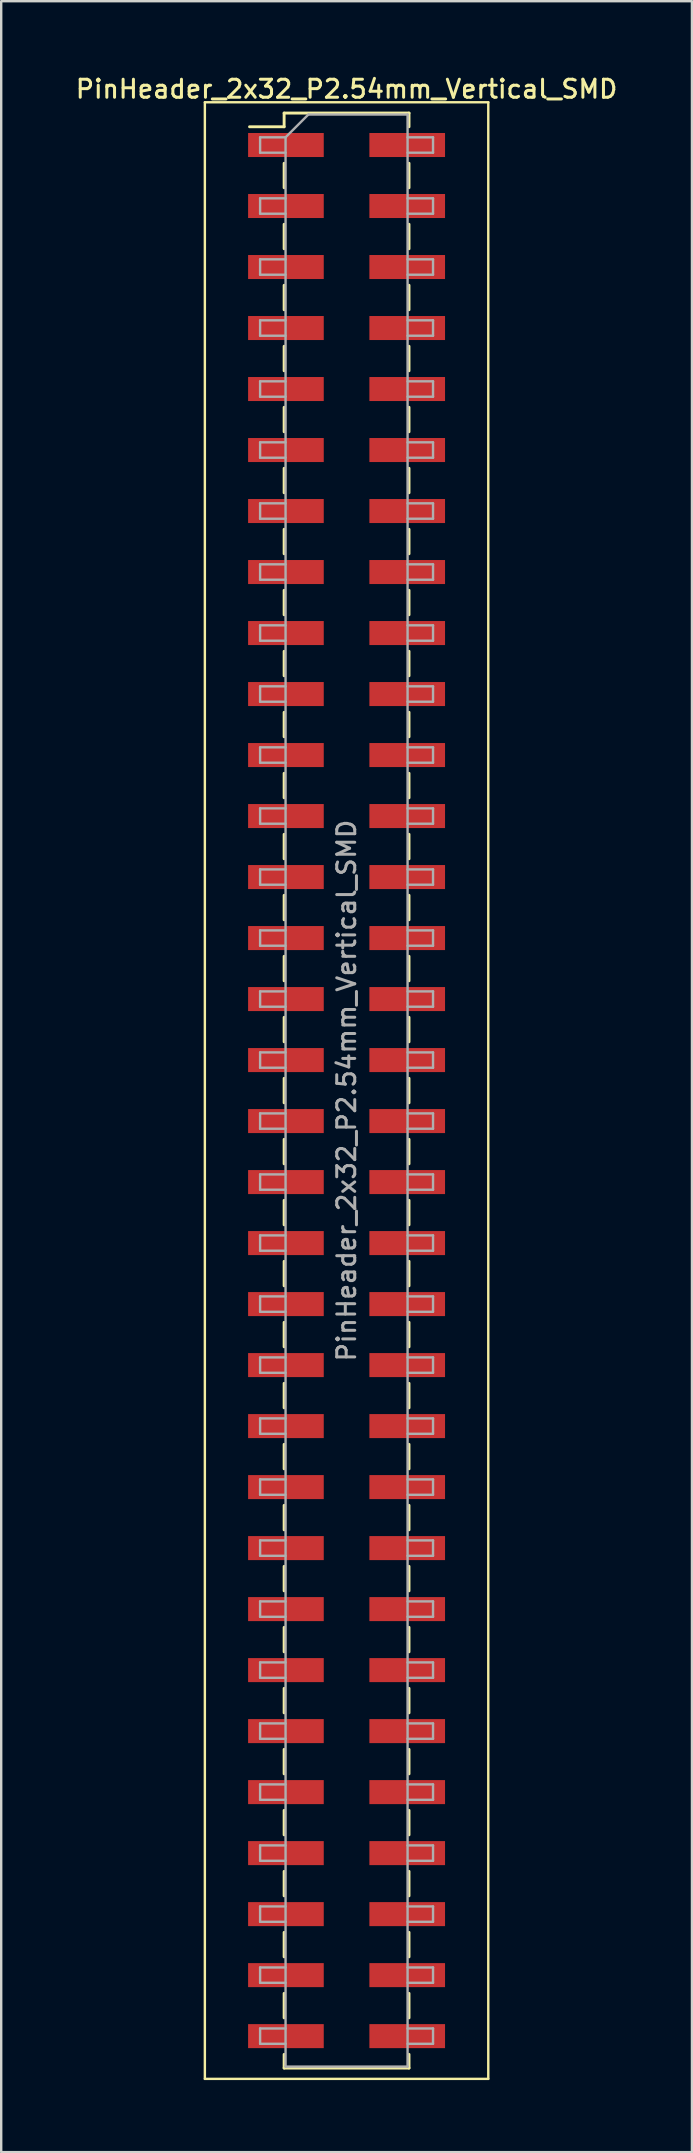
<source format=kicad_pcb>
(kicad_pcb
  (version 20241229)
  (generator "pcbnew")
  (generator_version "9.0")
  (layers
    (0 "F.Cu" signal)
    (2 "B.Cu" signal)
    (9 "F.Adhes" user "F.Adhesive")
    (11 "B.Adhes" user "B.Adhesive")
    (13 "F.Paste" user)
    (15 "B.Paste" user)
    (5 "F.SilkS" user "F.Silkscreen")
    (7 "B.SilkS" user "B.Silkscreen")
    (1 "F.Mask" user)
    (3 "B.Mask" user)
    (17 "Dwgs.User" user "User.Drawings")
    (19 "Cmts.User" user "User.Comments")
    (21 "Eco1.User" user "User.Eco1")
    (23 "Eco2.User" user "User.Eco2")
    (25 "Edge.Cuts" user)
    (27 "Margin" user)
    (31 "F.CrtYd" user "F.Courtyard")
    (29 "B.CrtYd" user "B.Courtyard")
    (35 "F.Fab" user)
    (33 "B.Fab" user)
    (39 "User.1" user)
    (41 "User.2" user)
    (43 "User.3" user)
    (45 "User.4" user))
  (footprint "PinHeader_2x32_P2.54mm_Vertical_SMD"
    (layer "F.Cu")
    (at 11.38 42.358)
    (property "Reference" "PinHeader_2x32_P2.54mm_Vertical_SMD" (at 0 -41.7 0) (layer "F.SilkS") (effects (font (size 0.75 0.75) (thickness 0.125))))
    (attr smd)
    (fp_line (start -5.9 -41.15) (end -5.9 41.15) (stroke (width 0.1) (type solid)) (layer "F.SilkS"))
    (fp_line (start -5.9 41.15) (end 5.9 41.15) (stroke (width 0.1) (type solid)) (layer "F.SilkS"))
    (fp_line (start -4.04 -40.13) (end -2.6 -40.13) (stroke (width 0.12) (type solid)) (layer "F.SilkS"))
    (fp_line (start -2.6 -40.7) (end -2.6 -40.13) (stroke (width 0.12) (type solid)) (layer "F.SilkS"))
    (fp_line (start -2.6 -40.7) (end 2.6 -40.7) (stroke (width 0.12) (type solid)) (layer "F.SilkS"))
    (fp_line (start -2.6 -38.61) (end -2.6 -37.59) (stroke (width 0.12) (type solid)) (layer "F.SilkS"))
    (fp_line (start -2.6 -36.07) (end -2.6 -35.05) (stroke (width 0.12) (type solid)) (layer "F.SilkS"))
    (fp_line (start -2.6 -33.53) (end -2.6 -32.51) (stroke (width 0.12) (type solid)) (layer "F.SilkS"))
    (fp_line (start -2.6 -30.99) (end -2.6 -29.97) (stroke (width 0.12) (type solid)) (layer "F.SilkS"))
    (fp_line (start -2.6 -28.45) (end -2.6 -27.43) (stroke (width 0.12) (type solid)) (layer "F.SilkS"))
    (fp_line (start -2.6 -25.91) (end -2.6 -24.89) (stroke (width 0.12) (type solid)) (layer "F.SilkS"))
    (fp_line (start -2.6 -23.37) (end -2.6 -22.35) (stroke (width 0.12) (type solid)) (layer "F.SilkS"))
    (fp_line (start -2.6 -20.83) (end -2.6 -19.81) (stroke (width 0.12) (type solid)) (layer "F.SilkS"))
    (fp_line (start -2.6 -18.29) (end -2.6 -17.27) (stroke (width 0.12) (type solid)) (layer "F.SilkS"))
    (fp_line (start -2.6 -15.75) (end -2.6 -14.73) (stroke (width 0.12) (type solid)) (layer "F.SilkS"))
    (fp_line (start -2.6 -13.21) (end -2.6 -12.19) (stroke (width 0.12) (type solid)) (layer "F.SilkS"))
    (fp_line (start -2.6 -10.67) (end -2.6 -9.65) (stroke (width 0.12) (type solid)) (layer "F.SilkS"))
    (fp_line (start -2.6 -8.13) (end -2.6 -7.11) (stroke (width 0.12) (type solid)) (layer "F.SilkS"))
    (fp_line (start -2.6 -5.59) (end -2.6 -4.57) (stroke (width 0.12) (type solid)) (layer "F.SilkS"))
    (fp_line (start -2.6 -3.05) (end -2.6 -2.03) (stroke (width 0.12) (type solid)) (layer "F.SilkS"))
    (fp_line (start -2.6 -0.51) (end -2.6 0.51) (stroke (width 0.12) (type solid)) (layer "F.SilkS"))
    (fp_line (start -2.6 2.03) (end -2.6 3.05) (stroke (width 0.12) (type solid)) (layer "F.SilkS"))
    (fp_line (start -2.6 4.57) (end -2.6 5.59) (stroke (width 0.12) (type solid)) (layer "F.SilkS"))
    (fp_line (start -2.6 7.11) (end -2.6 8.13) (stroke (width 0.12) (type solid)) (layer "F.SilkS"))
    (fp_line (start -2.6 9.65) (end -2.6 10.67) (stroke (width 0.12) (type solid)) (layer "F.SilkS"))
    (fp_line (start -2.6 12.19) (end -2.6 13.21) (stroke (width 0.12) (type solid)) (layer "F.SilkS"))
    (fp_line (start -2.6 14.73) (end -2.6 15.75) (stroke (width 0.12) (type solid)) (layer "F.SilkS"))
    (fp_line (start -2.6 17.27) (end -2.6 18.29) (stroke (width 0.12) (type solid)) (layer "F.SilkS"))
    (fp_line (start -2.6 19.81) (end -2.6 20.83) (stroke (width 0.12) (type solid)) (layer "F.SilkS"))
    (fp_line (start -2.6 22.35) (end -2.6 23.37) (stroke (width 0.12) (type solid)) (layer "F.SilkS"))
    (fp_line (start -2.6 24.89) (end -2.6 25.91) (stroke (width 0.12) (type solid)) (layer "F.SilkS"))
    (fp_line (start -2.6 27.43) (end -2.6 28.45) (stroke (width 0.12) (type solid)) (layer "F.SilkS"))
    (fp_line (start -2.6 29.97) (end -2.6 30.99) (stroke (width 0.12) (type solid)) (layer "F.SilkS"))
    (fp_line (start -2.6 32.51) (end -2.6 33.53) (stroke (width 0.12) (type solid)) (layer "F.SilkS"))
    (fp_line (start -2.6 35.05) (end -2.6 36.07) (stroke (width 0.12) (type solid)) (layer "F.SilkS"))
    (fp_line (start -2.6 37.59) (end -2.6 38.61) (stroke (width 0.12) (type solid)) (layer "F.SilkS"))
    (fp_line (start -2.6 40.13) (end -2.6 40.7) (stroke (width 0.12) (type solid)) (layer "F.SilkS"))
    (fp_line (start -2.6 40.7) (end 2.6 40.7) (stroke (width 0.12) (type solid)) (layer "F.SilkS"))
    (fp_line (start 2.6 -40.7) (end 2.6 -40.13) (stroke (width 0.12) (type solid)) (layer "F.SilkS"))
    (fp_line (start 2.6 -38.61) (end 2.6 -37.59) (stroke (width 0.12) (type solid)) (layer "F.SilkS"))
    (fp_line (start 2.6 -36.07) (end 2.6 -35.05) (stroke (width 0.12) (type solid)) (layer "F.SilkS"))
    (fp_line (start 2.6 -33.53) (end 2.6 -32.51) (stroke (width 0.12) (type solid)) (layer "F.SilkS"))
    (fp_line (start 2.6 -30.99) (end 2.6 -29.97) (stroke (width 0.12) (type solid)) (layer "F.SilkS"))
    (fp_line (start 2.6 -28.45) (end 2.6 -27.43) (stroke (width 0.12) (type solid)) (layer "F.SilkS"))
    (fp_line (start 2.6 -25.91) (end 2.6 -24.89) (stroke (width 0.12) (type solid)) (layer "F.SilkS"))
    (fp_line (start 2.6 -23.37) (end 2.6 -22.35) (stroke (width 0.12) (type solid)) (layer "F.SilkS"))
    (fp_line (start 2.6 -20.83) (end 2.6 -19.81) (stroke (width 0.12) (type solid)) (layer "F.SilkS"))
    (fp_line (start 2.6 -18.29) (end 2.6 -17.27) (stroke (width 0.12) (type solid)) (layer "F.SilkS"))
    (fp_line (start 2.6 -15.75) (end 2.6 -14.73) (stroke (width 0.12) (type solid)) (layer "F.SilkS"))
    (fp_line (start 2.6 -13.21) (end 2.6 -12.19) (stroke (width 0.12) (type solid)) (layer "F.SilkS"))
    (fp_line (start 2.6 -10.67) (end 2.6 -9.65) (stroke (width 0.12) (type solid)) (layer "F.SilkS"))
    (fp_line (start 2.6 -8.13) (end 2.6 -7.11) (stroke (width 0.12) (type solid)) (layer "F.SilkS"))
    (fp_line (start 2.6 -5.59) (end 2.6 -4.57) (stroke (width 0.12) (type solid)) (layer "F.SilkS"))
    (fp_line (start 2.6 -3.05) (end 2.6 -2.03) (stroke (width 0.12) (type solid)) (layer "F.SilkS"))
    (fp_line (start 2.6 -0.51) (end 2.6 0.51) (stroke (width 0.12) (type solid)) (layer "F.SilkS"))
    (fp_line (start 2.6 2.03) (end 2.6 3.05) (stroke (width 0.12) (type solid)) (layer "F.SilkS"))
    (fp_line (start 2.6 4.57) (end 2.6 5.59) (stroke (width 0.12) (type solid)) (layer "F.SilkS"))
    (fp_line (start 2.6 7.11) (end 2.6 8.13) (stroke (width 0.12) (type solid)) (layer "F.SilkS"))
    (fp_line (start 2.6 9.65) (end 2.6 10.67) (stroke (width 0.12) (type solid)) (layer "F.SilkS"))
    (fp_line (start 2.6 12.19) (end 2.6 13.21) (stroke (width 0.12) (type solid)) (layer "F.SilkS"))
    (fp_line (start 2.6 14.73) (end 2.6 15.75) (stroke (width 0.12) (type solid)) (layer "F.SilkS"))
    (fp_line (start 2.6 17.27) (end 2.6 18.29) (stroke (width 0.12) (type solid)) (layer "F.SilkS"))
    (fp_line (start 2.6 19.81) (end 2.6 20.83) (stroke (width 0.12) (type solid)) (layer "F.SilkS"))
    (fp_line (start 2.6 22.35) (end 2.6 23.37) (stroke (width 0.12) (type solid)) (layer "F.SilkS"))
    (fp_line (start 2.6 24.89) (end 2.6 25.91) (stroke (width 0.12) (type solid)) (layer "F.SilkS"))
    (fp_line (start 2.6 27.43) (end 2.6 28.45) (stroke (width 0.12) (type solid)) (layer "F.SilkS"))
    (fp_line (start 2.6 29.97) (end 2.6 30.99) (stroke (width 0.12) (type solid)) (layer "F.SilkS"))
    (fp_line (start 2.6 32.51) (end 2.6 33.53) (stroke (width 0.12) (type solid)) (layer "F.SilkS"))
    (fp_line (start 2.6 35.05) (end 2.6 36.07) (stroke (width 0.12) (type solid)) (layer "F.SilkS"))
    (fp_line (start 2.6 37.59) (end 2.6 38.61) (stroke (width 0.12) (type solid)) (layer "F.SilkS"))
    (fp_line (start 2.6 40.13) (end 2.6 40.7) (stroke (width 0.12) (type solid)) (layer "F.SilkS"))
    (fp_line (start 5.9 -41.15) (end -5.9 -41.15) (stroke (width 0.1) (type solid)) (layer "F.SilkS"))
    (fp_line (start 5.9 41.15) (end 5.9 -41.15) (stroke (width 0.1) (type solid)) (layer "F.SilkS"))
    (fp_line (start -3.6 -39.69) (end -3.6 -39.05) (stroke (width 0.1) (type solid)) (layer "F.Fab"))
    (fp_line (start -3.6 -39.05) (end -2.54 -39.05) (stroke (width 0.1) (type solid)) (layer "F.Fab"))
    (fp_line (start -3.6 -37.15) (end -3.6 -36.51) (stroke (width 0.1) (type solid)) (layer "F.Fab"))
    (fp_line (start -3.6 -36.51) (end -2.54 -36.51) (stroke (width 0.1) (type solid)) (layer "F.Fab"))
    (fp_line (start -3.6 -34.61) (end -3.6 -33.97) (stroke (width 0.1) (type solid)) (layer "F.Fab"))
    (fp_line (start -3.6 -33.97) (end -2.54 -33.97) (stroke (width 0.1) (type solid)) (layer "F.Fab"))
    (fp_line (start -3.6 -32.07) (end -3.6 -31.43) (stroke (width 0.1) (type solid)) (layer "F.Fab"))
    (fp_line (start -3.6 -31.43) (end -2.54 -31.43) (stroke (width 0.1) (type solid)) (layer "F.Fab"))
    (fp_line (start -3.6 -29.53) (end -3.6 -28.89) (stroke (width 0.1) (type solid)) (layer "F.Fab"))
    (fp_line (start -3.6 -28.89) (end -2.54 -28.89) (stroke (width 0.1) (type solid)) (layer "F.Fab"))
    (fp_line (start -3.6 -26.99) (end -3.6 -26.35) (stroke (width 0.1) (type solid)) (layer "F.Fab"))
    (fp_line (start -3.6 -26.35) (end -2.54 -26.35) (stroke (width 0.1) (type solid)) (layer "F.Fab"))
    (fp_line (start -3.6 -24.45) (end -3.6 -23.81) (stroke (width 0.1) (type solid)) (layer "F.Fab"))
    (fp_line (start -3.6 -23.81) (end -2.54 -23.81) (stroke (width 0.1) (type solid)) (layer "F.Fab"))
    (fp_line (start -3.6 -21.91) (end -3.6 -21.27) (stroke (width 0.1) (type solid)) (layer "F.Fab"))
    (fp_line (start -3.6 -21.27) (end -2.54 -21.27) (stroke (width 0.1) (type solid)) (layer "F.Fab"))
    (fp_line (start -3.6 -19.37) (end -3.6 -18.73) (stroke (width 0.1) (type solid)) (layer "F.Fab"))
    (fp_line (start -3.6 -18.73) (end -2.54 -18.73) (stroke (width 0.1) (type solid)) (layer "F.Fab"))
    (fp_line (start -3.6 -16.83) (end -3.6 -16.19) (stroke (width 0.1) (type solid)) (layer "F.Fab"))
    (fp_line (start -3.6 -16.19) (end -2.54 -16.19) (stroke (width 0.1) (type solid)) (layer "F.Fab"))
    (fp_line (start -3.6 -14.29) (end -3.6 -13.65) (stroke (width 0.1) (type solid)) (layer "F.Fab"))
    (fp_line (start -3.6 -13.65) (end -2.54 -13.65) (stroke (width 0.1) (type solid)) (layer "F.Fab"))
    (fp_line (start -3.6 -11.75) (end -3.6 -11.11) (stroke (width 0.1) (type solid)) (layer "F.Fab"))
    (fp_line (start -3.6 -11.11) (end -2.54 -11.11) (stroke (width 0.1) (type solid)) (layer "F.Fab"))
    (fp_line (start -3.6 -9.21) (end -3.6 -8.57) (stroke (width 0.1) (type solid)) (layer "F.Fab"))
    (fp_line (start -3.6 -8.57) (end -2.54 -8.57) (stroke (width 0.1) (type solid)) (layer "F.Fab"))
    (fp_line (start -3.6 -6.67) (end -3.6 -6.03) (stroke (width 0.1) (type solid)) (layer "F.Fab"))
    (fp_line (start -3.6 -6.03) (end -2.54 -6.03) (stroke (width 0.1) (type solid)) (layer "F.Fab"))
    (fp_line (start -3.6 -4.13) (end -3.6 -3.49) (stroke (width 0.1) (type solid)) (layer "F.Fab"))
    (fp_line (start -3.6 -3.49) (end -2.54 -3.49) (stroke (width 0.1) (type solid)) (layer "F.Fab"))
    (fp_line (start -3.6 -1.59) (end -3.6 -0.95) (stroke (width 0.1) (type solid)) (layer "F.Fab"))
    (fp_line (start -3.6 -0.95) (end -2.54 -0.95) (stroke (width 0.1) (type solid)) (layer "F.Fab"))
    (fp_line (start -3.6 0.95) (end -3.6 1.59) (stroke (width 0.1) (type solid)) (layer "F.Fab"))
    (fp_line (start -3.6 1.59) (end -2.54 1.59) (stroke (width 0.1) (type solid)) (layer "F.Fab"))
    (fp_line (start -3.6 3.49) (end -3.6 4.13) (stroke (width 0.1) (type solid)) (layer "F.Fab"))
    (fp_line (start -3.6 4.13) (end -2.54 4.13) (stroke (width 0.1) (type solid)) (layer "F.Fab"))
    (fp_line (start -3.6 6.03) (end -3.6 6.67) (stroke (width 0.1) (type solid)) (layer "F.Fab"))
    (fp_line (start -3.6 6.67) (end -2.54 6.67) (stroke (width 0.1) (type solid)) (layer "F.Fab"))
    (fp_line (start -3.6 8.57) (end -3.6 9.21) (stroke (width 0.1) (type solid)) (layer "F.Fab"))
    (fp_line (start -3.6 9.21) (end -2.54 9.21) (stroke (width 0.1) (type solid)) (layer "F.Fab"))
    (fp_line (start -3.6 11.11) (end -3.6 11.75) (stroke (width 0.1) (type solid)) (layer "F.Fab"))
    (fp_line (start -3.6 11.75) (end -2.54 11.75) (stroke (width 0.1) (type solid)) (layer "F.Fab"))
    (fp_line (start -3.6 13.65) (end -3.6 14.29) (stroke (width 0.1) (type solid)) (layer "F.Fab"))
    (fp_line (start -3.6 14.29) (end -2.54 14.29) (stroke (width 0.1) (type solid)) (layer "F.Fab"))
    (fp_line (start -3.6 16.19) (end -3.6 16.83) (stroke (width 0.1) (type solid)) (layer "F.Fab"))
    (fp_line (start -3.6 16.83) (end -2.54 16.83) (stroke (width 0.1) (type solid)) (layer "F.Fab"))
    (fp_line (start -3.6 18.73) (end -3.6 19.37) (stroke (width 0.1) (type solid)) (layer "F.Fab"))
    (fp_line (start -3.6 19.37) (end -2.54 19.37) (stroke (width 0.1) (type solid)) (layer "F.Fab"))
    (fp_line (start -3.6 21.27) (end -3.6 21.91) (stroke (width 0.1) (type solid)) (layer "F.Fab"))
    (fp_line (start -3.6 21.91) (end -2.54 21.91) (stroke (width 0.1) (type solid)) (layer "F.Fab"))
    (fp_line (start -3.6 23.81) (end -3.6 24.45) (stroke (width 0.1) (type solid)) (layer "F.Fab"))
    (fp_line (start -3.6 24.45) (end -2.54 24.45) (stroke (width 0.1) (type solid)) (layer "F.Fab"))
    (fp_line (start -3.6 26.35) (end -3.6 26.99) (stroke (width 0.1) (type solid)) (layer "F.Fab"))
    (fp_line (start -3.6 26.99) (end -2.54 26.99) (stroke (width 0.1) (type solid)) (layer "F.Fab"))
    (fp_line (start -3.6 28.89) (end -3.6 29.53) (stroke (width 0.1) (type solid)) (layer "F.Fab"))
    (fp_line (start -3.6 29.53) (end -2.54 29.53) (stroke (width 0.1) (type solid)) (layer "F.Fab"))
    (fp_line (start -3.6 31.43) (end -3.6 32.07) (stroke (width 0.1) (type solid)) (layer "F.Fab"))
    (fp_line (start -3.6 32.07) (end -2.54 32.07) (stroke (width 0.1) (type solid)) (layer "F.Fab"))
    (fp_line (start -3.6 33.97) (end -3.6 34.61) (stroke (width 0.1) (type solid)) (layer "F.Fab"))
    (fp_line (start -3.6 34.61) (end -2.54 34.61) (stroke (width 0.1) (type solid)) (layer "F.Fab"))
    (fp_line (start -3.6 36.51) (end -3.6 37.15) (stroke (width 0.1) (type solid)) (layer "F.Fab"))
    (fp_line (start -3.6 37.15) (end -2.54 37.15) (stroke (width 0.1) (type solid)) (layer "F.Fab"))
    (fp_line (start -3.6 39.05) (end -3.6 39.69) (stroke (width 0.1) (type solid)) (layer "F.Fab"))
    (fp_line (start -3.6 39.69) (end -2.54 39.69) (stroke (width 0.1) (type solid)) (layer "F.Fab"))
    (fp_line (start -2.54 -39.69) (end -3.6 -39.69) (stroke (width 0.1) (type solid)) (layer "F.Fab"))
    (fp_line (start -2.54 -39.69) (end -1.59 -40.64) (stroke (width 0.1) (type solid)) (layer "F.Fab"))
    (fp_line (start -2.54 -37.15) (end -3.6 -37.15) (stroke (width 0.1) (type solid)) (layer "F.Fab"))
    (fp_line (start -2.54 -34.61) (end -3.6 -34.61) (stroke (width 0.1) (type solid)) (layer "F.Fab"))
    (fp_line (start -2.54 -32.07) (end -3.6 -32.07) (stroke (width 0.1) (type solid)) (layer "F.Fab"))
    (fp_line (start -2.54 -29.53) (end -3.6 -29.53) (stroke (width 0.1) (type solid)) (layer "F.Fab"))
    (fp_line (start -2.54 -26.99) (end -3.6 -26.99) (stroke (width 0.1) (type solid)) (layer "F.Fab"))
    (fp_line (start -2.54 -24.45) (end -3.6 -24.45) (stroke (width 0.1) (type solid)) (layer "F.Fab"))
    (fp_line (start -2.54 -21.91) (end -3.6 -21.91) (stroke (width 0.1) (type solid)) (layer "F.Fab"))
    (fp_line (start -2.54 -19.37) (end -3.6 -19.37) (stroke (width 0.1) (type solid)) (layer "F.Fab"))
    (fp_line (start -2.54 -16.83) (end -3.6 -16.83) (stroke (width 0.1) (type solid)) (layer "F.Fab"))
    (fp_line (start -2.54 -14.29) (end -3.6 -14.29) (stroke (width 0.1) (type solid)) (layer "F.Fab"))
    (fp_line (start -2.54 -11.75) (end -3.6 -11.75) (stroke (width 0.1) (type solid)) (layer "F.Fab"))
    (fp_line (start -2.54 -9.21) (end -3.6 -9.21) (stroke (width 0.1) (type solid)) (layer "F.Fab"))
    (fp_line (start -2.54 -6.67) (end -3.6 -6.67) (stroke (width 0.1) (type solid)) (layer "F.Fab"))
    (fp_line (start -2.54 -4.13) (end -3.6 -4.13) (stroke (width 0.1) (type solid)) (layer "F.Fab"))
    (fp_line (start -2.54 -1.59) (end -3.6 -1.59) (stroke (width 0.1) (type solid)) (layer "F.Fab"))
    (fp_line (start -2.54 0.95) (end -3.6 0.95) (stroke (width 0.1) (type solid)) (layer "F.Fab"))
    (fp_line (start -2.54 3.49) (end -3.6 3.49) (stroke (width 0.1) (type solid)) (layer "F.Fab"))
    (fp_line (start -2.54 6.03) (end -3.6 6.03) (stroke (width 0.1) (type solid)) (layer "F.Fab"))
    (fp_line (start -2.54 8.57) (end -3.6 8.57) (stroke (width 0.1) (type solid)) (layer "F.Fab"))
    (fp_line (start -2.54 11.11) (end -3.6 11.11) (stroke (width 0.1) (type solid)) (layer "F.Fab"))
    (fp_line (start -2.54 13.65) (end -3.6 13.65) (stroke (width 0.1) (type solid)) (layer "F.Fab"))
    (fp_line (start -2.54 16.19) (end -3.6 16.19) (stroke (width 0.1) (type solid)) (layer "F.Fab"))
    (fp_line (start -2.54 18.73) (end -3.6 18.73) (stroke (width 0.1) (type solid)) (layer "F.Fab"))
    (fp_line (start -2.54 21.27) (end -3.6 21.27) (stroke (width 0.1) (type solid)) (layer "F.Fab"))
    (fp_line (start -2.54 23.81) (end -3.6 23.81) (stroke (width 0.1) (type solid)) (layer "F.Fab"))
    (fp_line (start -2.54 26.35) (end -3.6 26.35) (stroke (width 0.1) (type solid)) (layer "F.Fab"))
    (fp_line (start -2.54 28.89) (end -3.6 28.89) (stroke (width 0.1) (type solid)) (layer "F.Fab"))
    (fp_line (start -2.54 31.43) (end -3.6 31.43) (stroke (width 0.1) (type solid)) (layer "F.Fab"))
    (fp_line (start -2.54 33.97) (end -3.6 33.97) (stroke (width 0.1) (type solid)) (layer "F.Fab"))
    (fp_line (start -2.54 36.51) (end -3.6 36.51) (stroke (width 0.1) (type solid)) (layer "F.Fab"))
    (fp_line (start -2.54 39.05) (end -3.6 39.05) (stroke (width 0.1) (type solid)) (layer "F.Fab"))
    (fp_line (start -2.54 40.64) (end -2.54 -39.69) (stroke (width 0.1) (type solid)) (layer "F.Fab"))
    (fp_line (start -1.59 -40.64) (end 2.54 -40.64) (stroke (width 0.1) (type solid)) (layer "F.Fab"))
    (fp_line (start 2.54 -40.64) (end 2.54 40.64) (stroke (width 0.1) (type solid)) (layer "F.Fab"))
    (fp_line (start 2.54 -39.69) (end 3.6 -39.69) (stroke (width 0.1) (type solid)) (layer "F.Fab"))
    (fp_line (start 2.54 -37.15) (end 3.6 -37.15) (stroke (width 0.1) (type solid)) (layer "F.Fab"))
    (fp_line (start 2.54 -34.61) (end 3.6 -34.61) (stroke (width 0.1) (type solid)) (layer "F.Fab"))
    (fp_line (start 2.54 -32.07) (end 3.6 -32.07) (stroke (width 0.1) (type solid)) (layer "F.Fab"))
    (fp_line (start 2.54 -29.53) (end 3.6 -29.53) (stroke (width 0.1) (type solid)) (layer "F.Fab"))
    (fp_line (start 2.54 -26.99) (end 3.6 -26.99) (stroke (width 0.1) (type solid)) (layer "F.Fab"))
    (fp_line (start 2.54 -24.45) (end 3.6 -24.45) (stroke (width 0.1) (type solid)) (layer "F.Fab"))
    (fp_line (start 2.54 -21.91) (end 3.6 -21.91) (stroke (width 0.1) (type solid)) (layer "F.Fab"))
    (fp_line (start 2.54 -19.37) (end 3.6 -19.37) (stroke (width 0.1) (type solid)) (layer "F.Fab"))
    (fp_line (start 2.54 -16.83) (end 3.6 -16.83) (stroke (width 0.1) (type solid)) (layer "F.Fab"))
    (fp_line (start 2.54 -14.29) (end 3.6 -14.29) (stroke (width 0.1) (type solid)) (layer "F.Fab"))
    (fp_line (start 2.54 -11.75) (end 3.6 -11.75) (stroke (width 0.1) (type solid)) (layer "F.Fab"))
    (fp_line (start 2.54 -9.21) (end 3.6 -9.21) (stroke (width 0.1) (type solid)) (layer "F.Fab"))
    (fp_line (start 2.54 -6.67) (end 3.6 -6.67) (stroke (width 0.1) (type solid)) (layer "F.Fab"))
    (fp_line (start 2.54 -4.13) (end 3.6 -4.13) (stroke (width 0.1) (type solid)) (layer "F.Fab"))
    (fp_line (start 2.54 -1.59) (end 3.6 -1.59) (stroke (width 0.1) (type solid)) (layer "F.Fab"))
    (fp_line (start 2.54 0.95) (end 3.6 0.95) (stroke (width 0.1) (type solid)) (layer "F.Fab"))
    (fp_line (start 2.54 3.49) (end 3.6 3.49) (stroke (width 0.1) (type solid)) (layer "F.Fab"))
    (fp_line (start 2.54 6.03) (end 3.6 6.03) (stroke (width 0.1) (type solid)) (layer "F.Fab"))
    (fp_line (start 2.54 8.57) (end 3.6 8.57) (stroke (width 0.1) (type solid)) (layer "F.Fab"))
    (fp_line (start 2.54 11.11) (end 3.6 11.11) (stroke (width 0.1) (type solid)) (layer "F.Fab"))
    (fp_line (start 2.54 13.65) (end 3.6 13.65) (stroke (width 0.1) (type solid)) (layer "F.Fab"))
    (fp_line (start 2.54 16.19) (end 3.6 16.19) (stroke (width 0.1) (type solid)) (layer "F.Fab"))
    (fp_line (start 2.54 18.73) (end 3.6 18.73) (stroke (width 0.1) (type solid)) (layer "F.Fab"))
    (fp_line (start 2.54 21.27) (end 3.6 21.27) (stroke (width 0.1) (type solid)) (layer "F.Fab"))
    (fp_line (start 2.54 23.81) (end 3.6 23.81) (stroke (width 0.1) (type solid)) (layer "F.Fab"))
    (fp_line (start 2.54 26.35) (end 3.6 26.35) (stroke (width 0.1) (type solid)) (layer "F.Fab"))
    (fp_line (start 2.54 28.89) (end 3.6 28.89) (stroke (width 0.1) (type solid)) (layer "F.Fab"))
    (fp_line (start 2.54 31.43) (end 3.6 31.43) (stroke (width 0.1) (type solid)) (layer "F.Fab"))
    (fp_line (start 2.54 33.97) (end 3.6 33.97) (stroke (width 0.1) (type solid)) (layer "F.Fab"))
    (fp_line (start 2.54 36.51) (end 3.6 36.51) (stroke (width 0.1) (type solid)) (layer "F.Fab"))
    (fp_line (start 2.54 39.05) (end 3.6 39.05) (stroke (width 0.1) (type solid)) (layer "F.Fab"))
    (fp_line (start 2.54 40.64) (end -2.54 40.64) (stroke (width 0.1) (type solid)) (layer "F.Fab"))
    (fp_line (start 3.6 -39.69) (end 3.6 -39.05) (stroke (width 0.1) (type solid)) (layer "F.Fab"))
    (fp_line (start 3.6 -39.05) (end 2.54 -39.05) (stroke (width 0.1) (type solid)) (layer "F.Fab"))
    (fp_line (start 3.6 -37.15) (end 3.6 -36.51) (stroke (width 0.1) (type solid)) (layer "F.Fab"))
    (fp_line (start 3.6 -36.51) (end 2.54 -36.51) (stroke (width 0.1) (type solid)) (layer "F.Fab"))
    (fp_line (start 3.6 -34.61) (end 3.6 -33.97) (stroke (width 0.1) (type solid)) (layer "F.Fab"))
    (fp_line (start 3.6 -33.97) (end 2.54 -33.97) (stroke (width 0.1) (type solid)) (layer "F.Fab"))
    (fp_line (start 3.6 -32.07) (end 3.6 -31.43) (stroke (width 0.1) (type solid)) (layer "F.Fab"))
    (fp_line (start 3.6 -31.43) (end 2.54 -31.43) (stroke (width 0.1) (type solid)) (layer "F.Fab"))
    (fp_line (start 3.6 -29.53) (end 3.6 -28.89) (stroke (width 0.1) (type solid)) (layer "F.Fab"))
    (fp_line (start 3.6 -28.89) (end 2.54 -28.89) (stroke (width 0.1) (type solid)) (layer "F.Fab"))
    (fp_line (start 3.6 -26.99) (end 3.6 -26.35) (stroke (width 0.1) (type solid)) (layer "F.Fab"))
    (fp_line (start 3.6 -26.35) (end 2.54 -26.35) (stroke (width 0.1) (type solid)) (layer "F.Fab"))
    (fp_line (start 3.6 -24.45) (end 3.6 -23.81) (stroke (width 0.1) (type solid)) (layer "F.Fab"))
    (fp_line (start 3.6 -23.81) (end 2.54 -23.81) (stroke (width 0.1) (type solid)) (layer "F.Fab"))
    (fp_line (start 3.6 -21.91) (end 3.6 -21.27) (stroke (width 0.1) (type solid)) (layer "F.Fab"))
    (fp_line (start 3.6 -21.27) (end 2.54 -21.27) (stroke (width 0.1) (type solid)) (layer "F.Fab"))
    (fp_line (start 3.6 -19.37) (end 3.6 -18.73) (stroke (width 0.1) (type solid)) (layer "F.Fab"))
    (fp_line (start 3.6 -18.73) (end 2.54 -18.73) (stroke (width 0.1) (type solid)) (layer "F.Fab"))
    (fp_line (start 3.6 -16.83) (end 3.6 -16.19) (stroke (width 0.1) (type solid)) (layer "F.Fab"))
    (fp_line (start 3.6 -16.19) (end 2.54 -16.19) (stroke (width 0.1) (type solid)) (layer "F.Fab"))
    (fp_line (start 3.6 -14.29) (end 3.6 -13.65) (stroke (width 0.1) (type solid)) (layer "F.Fab"))
    (fp_line (start 3.6 -13.65) (end 2.54 -13.65) (stroke (width 0.1) (type solid)) (layer "F.Fab"))
    (fp_line (start 3.6 -11.75) (end 3.6 -11.11) (stroke (width 0.1) (type solid)) (layer "F.Fab"))
    (fp_line (start 3.6 -11.11) (end 2.54 -11.11) (stroke (width 0.1) (type solid)) (layer "F.Fab"))
    (fp_line (start 3.6 -9.21) (end 3.6 -8.57) (stroke (width 0.1) (type solid)) (layer "F.Fab"))
    (fp_line (start 3.6 -8.57) (end 2.54 -8.57) (stroke (width 0.1) (type solid)) (layer "F.Fab"))
    (fp_line (start 3.6 -6.67) (end 3.6 -6.03) (stroke (width 0.1) (type solid)) (layer "F.Fab"))
    (fp_line (start 3.6 -6.03) (end 2.54 -6.03) (stroke (width 0.1) (type solid)) (layer "F.Fab"))
    (fp_line (start 3.6 -4.13) (end 3.6 -3.49) (stroke (width 0.1) (type solid)) (layer "F.Fab"))
    (fp_line (start 3.6 -3.49) (end 2.54 -3.49) (stroke (width 0.1) (type solid)) (layer "F.Fab"))
    (fp_line (start 3.6 -1.59) (end 3.6 -0.95) (stroke (width 0.1) (type solid)) (layer "F.Fab"))
    (fp_line (start 3.6 -0.95) (end 2.54 -0.95) (stroke (width 0.1) (type solid)) (layer "F.Fab"))
    (fp_line (start 3.6 0.95) (end 3.6 1.59) (stroke (width 0.1) (type solid)) (layer "F.Fab"))
    (fp_line (start 3.6 1.59) (end 2.54 1.59) (stroke (width 0.1) (type solid)) (layer "F.Fab"))
    (fp_line (start 3.6 3.49) (end 3.6 4.13) (stroke (width 0.1) (type solid)) (layer "F.Fab"))
    (fp_line (start 3.6 4.13) (end 2.54 4.13) (stroke (width 0.1) (type solid)) (layer "F.Fab"))
    (fp_line (start 3.6 6.03) (end 3.6 6.67) (stroke (width 0.1) (type solid)) (layer "F.Fab"))
    (fp_line (start 3.6 6.67) (end 2.54 6.67) (stroke (width 0.1) (type solid)) (layer "F.Fab"))
    (fp_line (start 3.6 8.57) (end 3.6 9.21) (stroke (width 0.1) (type solid)) (layer "F.Fab"))
    (fp_line (start 3.6 9.21) (end 2.54 9.21) (stroke (width 0.1) (type solid)) (layer "F.Fab"))
    (fp_line (start 3.6 11.11) (end 3.6 11.75) (stroke (width 0.1) (type solid)) (layer "F.Fab"))
    (fp_line (start 3.6 11.75) (end 2.54 11.75) (stroke (width 0.1) (type solid)) (layer "F.Fab"))
    (fp_line (start 3.6 13.65) (end 3.6 14.29) (stroke (width 0.1) (type solid)) (layer "F.Fab"))
    (fp_line (start 3.6 14.29) (end 2.54 14.29) (stroke (width 0.1) (type solid)) (layer "F.Fab"))
    (fp_line (start 3.6 16.19) (end 3.6 16.83) (stroke (width 0.1) (type solid)) (layer "F.Fab"))
    (fp_line (start 3.6 16.83) (end 2.54 16.83) (stroke (width 0.1) (type solid)) (layer "F.Fab"))
    (fp_line (start 3.6 18.73) (end 3.6 19.37) (stroke (width 0.1) (type solid)) (layer "F.Fab"))
    (fp_line (start 3.6 19.37) (end 2.54 19.37) (stroke (width 0.1) (type solid)) (layer "F.Fab"))
    (fp_line (start 3.6 21.27) (end 3.6 21.91) (stroke (width 0.1) (type solid)) (layer "F.Fab"))
    (fp_line (start 3.6 21.91) (end 2.54 21.91) (stroke (width 0.1) (type solid)) (layer "F.Fab"))
    (fp_line (start 3.6 23.81) (end 3.6 24.45) (stroke (width 0.1) (type solid)) (layer "F.Fab"))
    (fp_line (start 3.6 24.45) (end 2.54 24.45) (stroke (width 0.1) (type solid)) (layer "F.Fab"))
    (fp_line (start 3.6 26.35) (end 3.6 26.99) (stroke (width 0.1) (type solid)) (layer "F.Fab"))
    (fp_line (start 3.6 26.99) (end 2.54 26.99) (stroke (width 0.1) (type solid)) (layer "F.Fab"))
    (fp_line (start 3.6 28.89) (end 3.6 29.53) (stroke (width 0.1) (type solid)) (layer "F.Fab"))
    (fp_line (start 3.6 29.53) (end 2.54 29.53) (stroke (width 0.1) (type solid)) (layer "F.Fab"))
    (fp_line (start 3.6 31.43) (end 3.6 32.07) (stroke (width 0.1) (type solid)) (layer "F.Fab"))
    (fp_line (start 3.6 32.07) (end 2.54 32.07) (stroke (width 0.1) (type solid)) (layer "F.Fab"))
    (fp_line (start 3.6 33.97) (end 3.6 34.61) (stroke (width 0.1) (type solid)) (layer "F.Fab"))
    (fp_line (start 3.6 34.61) (end 2.54 34.61) (stroke (width 0.1) (type solid)) (layer "F.Fab"))
    (fp_line (start 3.6 36.51) (end 3.6 37.15) (stroke (width 0.1) (type solid)) (layer "F.Fab"))
    (fp_line (start 3.6 37.15) (end 2.54 37.15) (stroke (width 0.1) (type solid)) (layer "F.Fab"))
    (fp_line (start 3.6 39.05) (end 3.6 39.69) (stroke (width 0.1) (type solid)) (layer "F.Fab"))
    (fp_line (start 3.6 39.69) (end 2.54 39.69) (stroke (width 0.1) (type solid)) (layer "F.Fab"))
    (fp_text user "${REFERENCE}" (at 0 0 90) (layer "F.Fab") (effects (font (size 0.75 0.75) (thickness 0.125))))
    (pad "1" smd rect (at -2.525 -39.37) (size 3.15 1) (layers "F.Cu" "F.Mask" "F.Paste"))
    (pad "2" smd rect (at 2.525 -39.37) (size 3.15 1) (layers "F.Cu" "F.Mask" "F.Paste"))
    (pad "3" smd rect (at -2.525 -36.83) (size 3.15 1) (layers "F.Cu" "F.Mask" "F.Paste"))
    (pad "4" smd rect (at 2.525 -36.83) (size 3.15 1) (layers "F.Cu" "F.Mask" "F.Paste"))
    (pad "5" smd rect (at -2.525 -34.29) (size 3.15 1) (layers "F.Cu" "F.Mask" "F.Paste"))
    (pad "6" smd rect (at 2.525 -34.29) (size 3.15 1) (layers "F.Cu" "F.Mask" "F.Paste"))
    (pad "7" smd rect (at -2.525 -31.75) (size 3.15 1) (layers "F.Cu" "F.Mask" "F.Paste"))
    (pad "8" smd rect (at 2.525 -31.75) (size 3.15 1) (layers "F.Cu" "F.Mask" "F.Paste"))
    (pad "9" smd rect (at -2.525 -29.21) (size 3.15 1) (layers "F.Cu" "F.Mask" "F.Paste"))
    (pad "10" smd rect (at 2.525 -29.21) (size 3.15 1) (layers "F.Cu" "F.Mask" "F.Paste"))
    (pad "11" smd rect (at -2.525 -26.67) (size 3.15 1) (layers "F.Cu" "F.Mask" "F.Paste"))
    (pad "12" smd rect (at 2.525 -26.67) (size 3.15 1) (layers "F.Cu" "F.Mask" "F.Paste"))
    (pad "13" smd rect (at -2.525 -24.13) (size 3.15 1) (layers "F.Cu" "F.Mask" "F.Paste"))
    (pad "14" smd rect (at 2.525 -24.13) (size 3.15 1) (layers "F.Cu" "F.Mask" "F.Paste"))
    (pad "15" smd rect (at -2.525 -21.59) (size 3.15 1) (layers "F.Cu" "F.Mask" "F.Paste"))
    (pad "16" smd rect (at 2.525 -21.59) (size 3.15 1) (layers "F.Cu" "F.Mask" "F.Paste"))
    (pad "17" smd rect (at -2.525 -19.05) (size 3.15 1) (layers "F.Cu" "F.Mask" "F.Paste"))
    (pad "18" smd rect (at 2.525 -19.05) (size 3.15 1) (layers "F.Cu" "F.Mask" "F.Paste"))
    (pad "19" smd rect (at -2.525 -16.51) (size 3.15 1) (layers "F.Cu" "F.Mask" "F.Paste"))
    (pad "20" smd rect (at 2.525 -16.51) (size 3.15 1) (layers "F.Cu" "F.Mask" "F.Paste"))
    (pad "21" smd rect (at -2.525 -13.97) (size 3.15 1) (layers "F.Cu" "F.Mask" "F.Paste"))
    (pad "22" smd rect (at 2.525 -13.97) (size 3.15 1) (layers "F.Cu" "F.Mask" "F.Paste"))
    (pad "23" smd rect (at -2.525 -11.43) (size 3.15 1) (layers "F.Cu" "F.Mask" "F.Paste"))
    (pad "24" smd rect (at 2.525 -11.43) (size 3.15 1) (layers "F.Cu" "F.Mask" "F.Paste"))
    (pad "25" smd rect (at -2.525 -8.89) (size 3.15 1) (layers "F.Cu" "F.Mask" "F.Paste"))
    (pad "26" smd rect (at 2.525 -8.89) (size 3.15 1) (layers "F.Cu" "F.Mask" "F.Paste"))
    (pad "27" smd rect (at -2.525 -6.35) (size 3.15 1) (layers "F.Cu" "F.Mask" "F.Paste"))
    (pad "28" smd rect (at 2.525 -6.35) (size 3.15 1) (layers "F.Cu" "F.Mask" "F.Paste"))
    (pad "29" smd rect (at -2.525 -3.81) (size 3.15 1) (layers "F.Cu" "F.Mask" "F.Paste"))
    (pad "30" smd rect (at 2.525 -3.81) (size 3.15 1) (layers "F.Cu" "F.Mask" "F.Paste"))
    (pad "31" smd rect (at -2.525 -1.27) (size 3.15 1) (layers "F.Cu" "F.Mask" "F.Paste"))
    (pad "32" smd rect (at 2.525 -1.27) (size 3.15 1) (layers "F.Cu" "F.Mask" "F.Paste"))
    (pad "33" smd rect (at -2.525 1.27) (size 3.15 1) (layers "F.Cu" "F.Mask" "F.Paste"))
    (pad "34" smd rect (at 2.525 1.27) (size 3.15 1) (layers "F.Cu" "F.Mask" "F.Paste"))
    (pad "35" smd rect (at -2.525 3.81) (size 3.15 1) (layers "F.Cu" "F.Mask" "F.Paste"))
    (pad "36" smd rect (at 2.525 3.81) (size 3.15 1) (layers "F.Cu" "F.Mask" "F.Paste"))
    (pad "37" smd rect (at -2.525 6.35) (size 3.15 1) (layers "F.Cu" "F.Mask" "F.Paste"))
    (pad "38" smd rect (at 2.525 6.35) (size 3.15 1) (layers "F.Cu" "F.Mask" "F.Paste"))
    (pad "39" smd rect (at -2.525 8.89) (size 3.15 1) (layers "F.Cu" "F.Mask" "F.Paste"))
    (pad "40" smd rect (at 2.525 8.89) (size 3.15 1) (layers "F.Cu" "F.Mask" "F.Paste"))
    (pad "41" smd rect (at -2.525 11.43) (size 3.15 1) (layers "F.Cu" "F.Mask" "F.Paste"))
    (pad "42" smd rect (at 2.525 11.43) (size 3.15 1) (layers "F.Cu" "F.Mask" "F.Paste"))
    (pad "43" smd rect (at -2.525 13.97) (size 3.15 1) (layers "F.Cu" "F.Mask" "F.Paste"))
    (pad "44" smd rect (at 2.525 13.97) (size 3.15 1) (layers "F.Cu" "F.Mask" "F.Paste"))
    (pad "45" smd rect (at -2.525 16.51) (size 3.15 1) (layers "F.Cu" "F.Mask" "F.Paste"))
    (pad "46" smd rect (at 2.525 16.51) (size 3.15 1) (layers "F.Cu" "F.Mask" "F.Paste"))
    (pad "47" smd rect (at -2.525 19.05) (size 3.15 1) (layers "F.Cu" "F.Mask" "F.Paste"))
    (pad "48" smd rect (at 2.525 19.05) (size 3.15 1) (layers "F.Cu" "F.Mask" "F.Paste"))
    (pad "49" smd rect (at -2.525 21.59) (size 3.15 1) (layers "F.Cu" "F.Mask" "F.Paste"))
    (pad "50" smd rect (at 2.525 21.59) (size 3.15 1) (layers "F.Cu" "F.Mask" "F.Paste"))
    (pad "51" smd rect (at -2.525 24.13) (size 3.15 1) (layers "F.Cu" "F.Mask" "F.Paste"))
    (pad "52" smd rect (at 2.525 24.13) (size 3.15 1) (layers "F.Cu" "F.Mask" "F.Paste"))
    (pad "53" smd rect (at -2.525 26.67) (size 3.15 1) (layers "F.Cu" "F.Mask" "F.Paste"))
    (pad "54" smd rect (at 2.525 26.67) (size 3.15 1) (layers "F.Cu" "F.Mask" "F.Paste"))
    (pad "55" smd rect (at -2.525 29.21) (size 3.15 1) (layers "F.Cu" "F.Mask" "F.Paste"))
    (pad "56" smd rect (at 2.525 29.21) (size 3.15 1) (layers "F.Cu" "F.Mask" "F.Paste"))
    (pad "57" smd rect (at -2.525 31.75) (size 3.15 1) (layers "F.Cu" "F.Mask" "F.Paste"))
    (pad "58" smd rect (at 2.525 31.75) (size 3.15 1) (layers "F.Cu" "F.Mask" "F.Paste"))
    (pad "59" smd rect (at -2.525 34.29) (size 3.15 1) (layers "F.Cu" "F.Mask" "F.Paste"))
    (pad "60" smd rect (at 2.525 34.29) (size 3.15 1) (layers "F.Cu" "F.Mask" "F.Paste"))
    (pad "61" smd rect (at -2.525 36.83) (size 3.15 1) (layers "F.Cu" "F.Mask" "F.Paste"))
    (pad "62" smd rect (at 2.525 36.83) (size 3.15 1) (layers "F.Cu" "F.Mask" "F.Paste"))
    (pad "63" smd rect (at -2.525 39.37) (size 3.15 1) (layers "F.Cu" "F.Mask" "F.Paste"))
    (pad "64" smd rect (at 2.525 39.37) (size 3.15 1) (layers "F.Cu" "F.Mask" "F.Paste")))
  (gr_rect
    (start -3 -3)
    (end 25.761 86.558)
    (stroke (width 0.1) (type default))
    (fill no)
    (layer "Edge.Cuts")))
</source>
